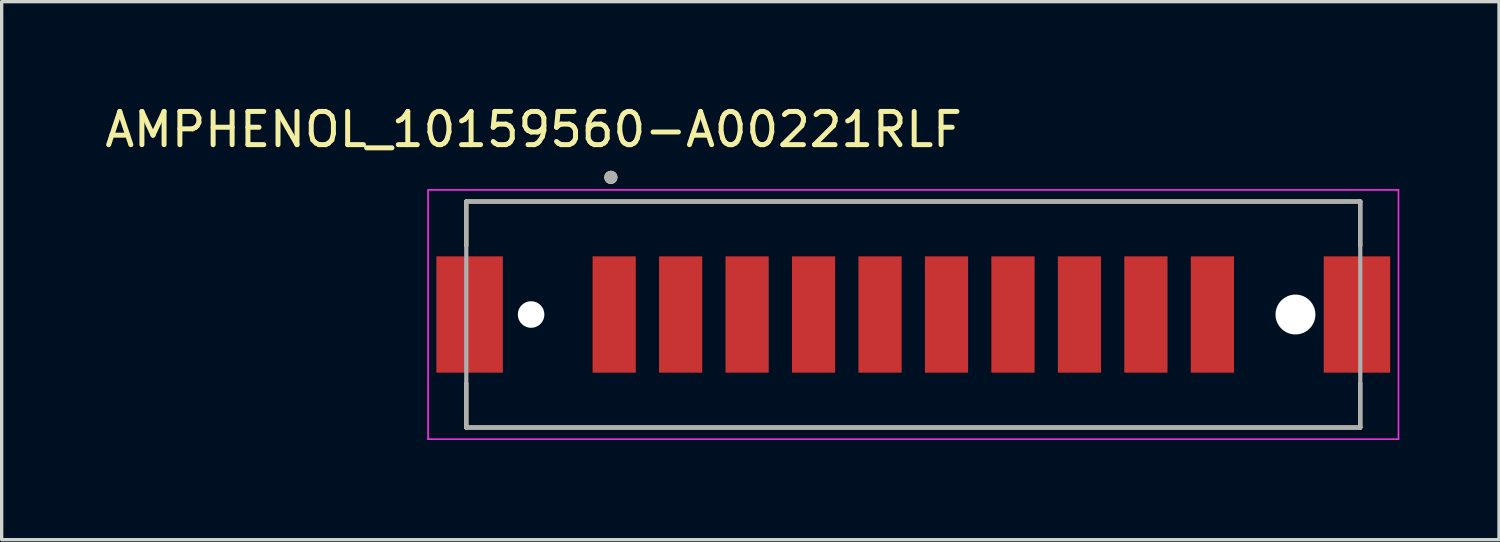
<source format=kicad_pcb>
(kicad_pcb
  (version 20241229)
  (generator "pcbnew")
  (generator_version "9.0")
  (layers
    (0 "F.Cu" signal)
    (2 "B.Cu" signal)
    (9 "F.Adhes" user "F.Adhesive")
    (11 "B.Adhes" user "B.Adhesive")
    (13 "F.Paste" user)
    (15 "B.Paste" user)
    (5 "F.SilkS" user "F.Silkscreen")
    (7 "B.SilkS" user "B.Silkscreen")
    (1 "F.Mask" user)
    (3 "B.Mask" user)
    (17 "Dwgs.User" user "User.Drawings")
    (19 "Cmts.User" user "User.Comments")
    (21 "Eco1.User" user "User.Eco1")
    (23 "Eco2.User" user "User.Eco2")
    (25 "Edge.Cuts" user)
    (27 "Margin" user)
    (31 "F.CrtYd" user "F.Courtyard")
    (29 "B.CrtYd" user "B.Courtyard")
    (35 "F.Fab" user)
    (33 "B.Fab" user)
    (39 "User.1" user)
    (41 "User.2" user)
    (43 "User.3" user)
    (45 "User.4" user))
  (footprint "AMPHENOL_10159560-A00221RLF"
    (layer "F.Cu")
    (at 24.431 6.414)
    (property "Reference" "AMPHENOL_10159560-A00221RLF" (at -11.425 -5.566 0) (layer "F.SilkS") (effects (font (size 1 1) (thickness 0.15))))
    (attr smd)
    (fp_line (start -13.45 -3.4) (end 13.45 -3.4) (stroke (width 0.127) (type solid)) (layer "F.SilkS"))
    (fp_line (start -13.45 -2.07) (end -13.45 -3.4) (stroke (width 0.127) (type solid)) (layer "F.SilkS"))
    (fp_line (start -13.45 3.4) (end -13.45 2.07) (stroke (width 0.127) (type solid)) (layer "F.SilkS"))
    (fp_line (start 13.45 -3.4) (end 13.45 -2.07) (stroke (width 0.127) (type solid)) (layer "F.SilkS"))
    (fp_line (start 13.45 3.4) (end -13.45 3.4) (stroke (width 0.127) (type solid)) (layer "F.SilkS"))
    (fp_line (start 13.45 3.4) (end 13.45 2.07) (stroke (width 0.127) (type solid)) (layer "F.SilkS"))
    (fp_circle (center -9.1 -4.127) (end -9 -4.127) (stroke (width 0.2) (type solid)) (fill no) (layer "F.SilkS"))
    (fp_line (start -14.6 -3.75) (end -14.6 3.75) (stroke (width 0.05) (type solid)) (layer "F.CrtYd"))
    (fp_line (start -14.6 3.75) (end 14.6 3.75) (stroke (width 0.05) (type solid)) (layer "F.CrtYd"))
    (fp_line (start 14.6 -3.75) (end -14.6 -3.75) (stroke (width 0.05) (type solid)) (layer "F.CrtYd"))
    (fp_line (start 14.6 3.75) (end 14.6 -3.75) (stroke (width 0.05) (type solid)) (layer "F.CrtYd"))
    (fp_line (start -13.45 -3.4) (end 13.45 -3.4) (stroke (width 0.127) (type solid)) (layer "F.Fab"))
    (fp_line (start -13.45 3.4) (end -13.45 -3.4) (stroke (width 0.127) (type solid)) (layer "F.Fab"))
    (fp_line (start 13.45 -3.4) (end 13.45 3.4) (stroke (width 0.127) (type solid)) (layer "F.Fab"))
    (fp_line (start 13.45 3.4) (end -13.45 3.4) (stroke (width 0.127) (type solid)) (layer "F.Fab"))
    (fp_circle (center -9.1 -4.127) (end -9 -4.127) (stroke (width 0.2) (type solid)) (fill no) (layer "F.Fab"))
    (pad "" np_thru_hole circle (at -11.5 0) (size 0.8 0.8) (drill 0.8) (layers "*.Cu" "*.Mask"))
    (pad "" np_thru_hole circle (at 11.5 0) (size 1.2 1.2) (drill 1.2) (layers "*.Cu" "*.Mask"))
    (pad "1" smd rect (at -9 0) (size 1.3 3.5) (layers "F.Cu" "F.Mask" "F.Paste"))
    (pad "2" smd rect (at -7 0) (size 1.3 3.5) (layers "F.Cu" "F.Mask" "F.Paste"))
    (pad "3" smd rect (at -5 0) (size 1.3 3.5) (layers "F.Cu" "F.Mask" "F.Paste"))
    (pad "4" smd rect (at -3 0) (size 1.3 3.5) (layers "F.Cu" "F.Mask" "F.Paste"))
    (pad "5" smd rect (at -1 0) (size 1.3 3.5) (layers "F.Cu" "F.Mask" "F.Paste"))
    (pad "6" smd rect (at 1 0) (size 1.3 3.5) (layers "F.Cu" "F.Mask" "F.Paste"))
    (pad "7" smd rect (at 3 0) (size 1.3 3.5) (layers "F.Cu" "F.Mask" "F.Paste"))
    (pad "8" smd rect (at 5 0) (size 1.3 3.5) (layers "F.Cu" "F.Mask" "F.Paste"))
    (pad "9" smd rect (at 7 0) (size 1.3 3.5) (layers "F.Cu" "F.Mask" "F.Paste"))
    (pad "10" smd rect (at 9 0) (size 1.3 3.5) (layers "F.Cu" "F.Mask" "F.Paste"))
    (pad "S1" smd rect (at -13.35 0) (size 2 3.5) (layers "F.Cu" "F.Mask" "F.Paste"))
    (pad "S2" smd rect (at 13.35 0) (size 2 3.5) (layers "F.Cu" "F.Mask" "F.Paste")))
  (gr_rect
    (start -3 -3)
    (end 42.056 13.189)
    (stroke (width 0.1) (type default))
    (fill no)
    (layer "Edge.Cuts")))
</source>
